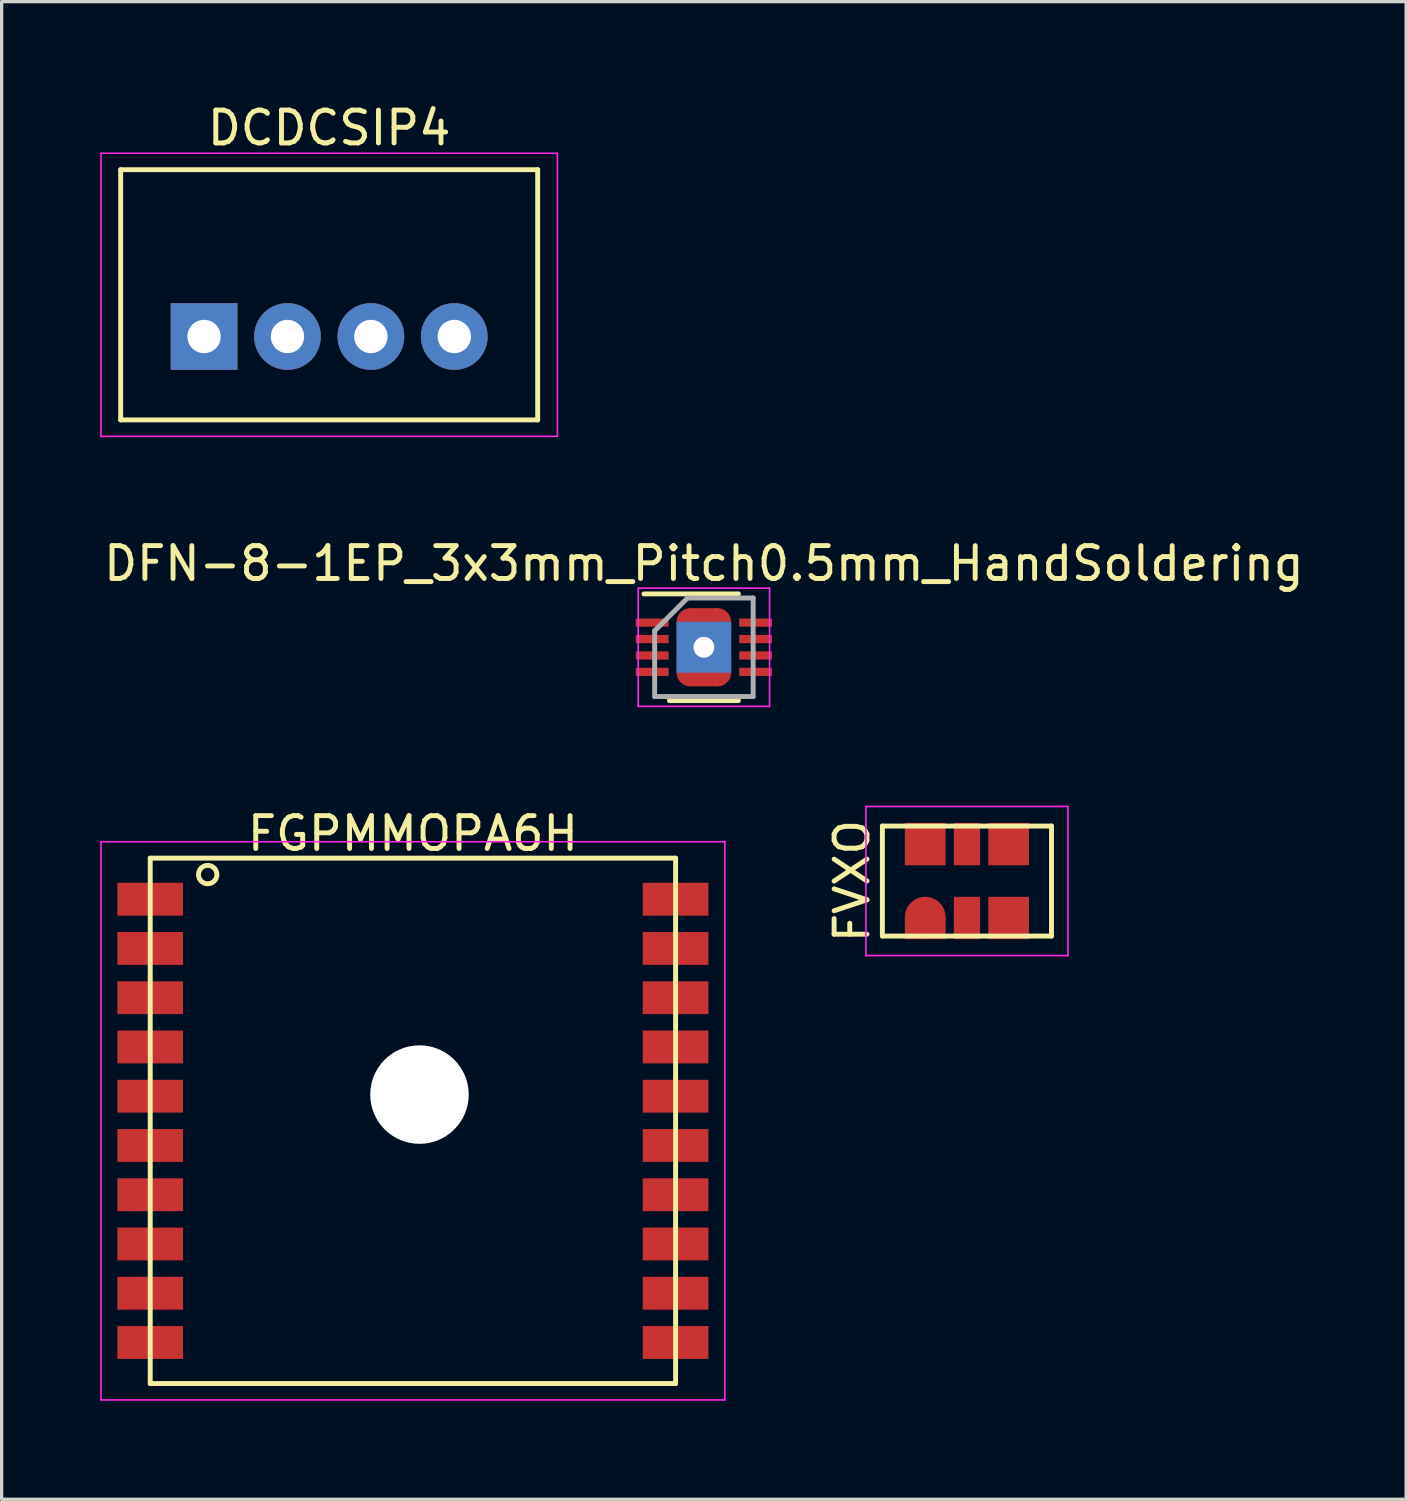
<source format=kicad_pcb>
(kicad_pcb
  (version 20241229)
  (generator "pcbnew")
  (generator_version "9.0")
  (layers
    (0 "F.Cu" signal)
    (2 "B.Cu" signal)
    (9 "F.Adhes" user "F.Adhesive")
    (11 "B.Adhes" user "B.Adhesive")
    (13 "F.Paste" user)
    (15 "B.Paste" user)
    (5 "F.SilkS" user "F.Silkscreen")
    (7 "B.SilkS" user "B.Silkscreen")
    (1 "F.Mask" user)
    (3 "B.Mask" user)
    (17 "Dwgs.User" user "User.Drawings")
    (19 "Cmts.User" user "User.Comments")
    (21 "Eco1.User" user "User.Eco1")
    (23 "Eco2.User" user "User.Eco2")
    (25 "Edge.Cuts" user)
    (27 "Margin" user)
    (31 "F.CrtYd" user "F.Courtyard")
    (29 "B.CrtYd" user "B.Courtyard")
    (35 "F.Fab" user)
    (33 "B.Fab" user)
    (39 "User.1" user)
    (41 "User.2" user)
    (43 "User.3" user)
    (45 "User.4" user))
  (footprint "FVXO"
    (layer "F.Cu")
    (at 26.398 23.782)
    (property "Reference" "FVXO" (at -3.5 0 90) (layer "F.SilkS") (effects (font (size 1 1) (thickness 0.15))))
    (attr through_hole)
    (fp_line (start -2.575 -1.675) (end -2.575 1.675) (stroke (width 0.15) (type solid)) (layer "F.SilkS"))
    (fp_line (start -2.575 1.675) (end 2.575 1.675) (stroke (width 0.15) (type solid)) (layer "F.SilkS"))
    (fp_line (start 2.575 -1.675) (end -2.575 -1.675) (stroke (width 0.15) (type solid)) (layer "F.SilkS"))
    (fp_line (start 2.575 1.675) (end 2.575 -1.675) (stroke (width 0.15) (type solid)) (layer "F.SilkS"))
    (fp_line (start -3.075 -2.27) (end -3.075 2.27) (stroke (width 0.05) (type solid)) (layer "F.CrtYd"))
    (fp_line (start -3.075 2.27) (end 3.075 2.27) (stroke (width 0.05) (type solid)) (layer "F.CrtYd"))
    (fp_line (start 3.075 -2.27) (end -3.075 -2.27) (stroke (width 0.05) (type solid)) (layer "F.CrtYd"))
    (fp_line (start 3.075 2.27) (end 3.075 -2.27) (stroke (width 0.05) (type solid)) (layer "F.CrtYd"))
    (pad "1" smd oval (at -1.27 1.125) (size 1.24 1.29) (layers "F.Cu" "F.Mask" "F.Paste"))
    (pad "1" smd rect (at -1.27 1.448) (size 1.24 0.645) (layers "F.Cu" "F.Mask" "F.Paste"))
    (pad "2" smd rect (at 0 1.125) (size 0.8 1.29) (layers "F.Cu" "F.Mask" "F.Paste"))
    (pad "3" smd rect (at 1.27 1.125) (size 1.24 1.29) (layers "F.Cu" "F.Mask" "F.Paste"))
    (pad "4" smd rect (at 1.27 -1.125) (size 1.24 1.29) (layers "F.Cu" "F.Mask" "F.Paste"))
    (pad "5" smd rect (at 0 -1.125) (size 0.8 1.29) (layers "F.Cu" "F.Mask" "F.Paste"))
    (pad "6" smd rect (at -1.27 -1.125) (size 1.24 1.29) (layers "F.Cu" "F.Mask" "F.Paste")))
  (footprint "FGPMMOPA6H"
    (layer "F.Cu")
    (at 9.525 31.085)
    (property "Reference" "FGPMMOPA6H" (at 0 -8.75 0) (layer "F.SilkS") (effects (font (size 1 1) (thickness 0.15))))
    (attr through_hole)
    (fp_line (start -8 -8) (end -8 8) (stroke (width 0.15) (type solid)) (layer "F.SilkS"))
    (fp_line (start -8 8) (end 8 8) (stroke (width 0.15) (type solid)) (layer "F.SilkS"))
    (fp_line (start 8 -8) (end -8 -8) (stroke (width 0.15) (type solid)) (layer "F.SilkS"))
    (fp_line (start 8 8) (end 8 -8) (stroke (width 0.15) (type solid)) (layer "F.SilkS"))
    (fp_circle (center -6.25 -7.5) (end -5.97 -7.5) (stroke (width 0.15) (type solid)) (fill no) (layer "F.SilkS"))
    (fp_line (start -9.5 -8.5) (end -9.5 8.5) (stroke (width 0.05) (type solid)) (layer "F.CrtYd"))
    (fp_line (start -9.5 8.5) (end 9.5 8.5) (stroke (width 0.05) (type solid)) (layer "F.CrtYd"))
    (fp_line (start 9.5 -8.5) (end -9.5 -8.5) (stroke (width 0.05) (type solid)) (layer "F.CrtYd"))
    (fp_line (start 9.5 8.5) (end 9.5 -8.5) (stroke (width 0.05) (type solid)) (layer "F.CrtYd"))
    (pad "" np_thru_hole circle (at 0.2 -0.8) (size 3 3) (drill 3) (layers "*.Cu" "*.Mask"))
    (pad "1" smd rect (at -8 -6.75) (size 2 1) (layers "F.Cu" "F.Mask" "F.Paste"))
    (pad "2" smd rect (at -8 -5.25) (size 2 1) (layers "F.Cu" "F.Mask" "F.Paste"))
    (pad "3" smd rect (at -8 -3.75) (size 2 1) (layers "F.Cu" "F.Mask" "F.Paste"))
    (pad "4" smd rect (at -8 -2.25) (size 2 1) (layers "F.Cu" "F.Mask" "F.Paste"))
    (pad "5" smd rect (at -8 -0.75) (size 2 1) (layers "F.Cu" "F.Mask" "F.Paste"))
    (pad "6" smd rect (at -8 0.75) (size 2 1) (layers "F.Cu" "F.Mask" "F.Paste"))
    (pad "7" smd rect (at -8 2.25) (size 2 1) (layers "F.Cu" "F.Mask" "F.Paste"))
    (pad "8" smd rect (at -8 3.75) (size 2 1) (layers "F.Cu" "F.Mask" "F.Paste"))
    (pad "9" smd rect (at -8 5.25) (size 2 1) (layers "F.Cu" "F.Mask" "F.Paste"))
    (pad "10" smd rect (at -8 6.75) (size 2 1) (layers "F.Cu" "F.Mask" "F.Paste"))
    (pad "11" smd rect (at 8 6.75) (size 2 1) (layers "F.Cu" "F.Mask" "F.Paste"))
    (pad "12" smd rect (at 8 5.25) (size 2 1) (layers "F.Cu" "F.Mask" "F.Paste"))
    (pad "13" smd rect (at 8 3.75) (size 2 1) (layers "F.Cu" "F.Mask" "F.Paste"))
    (pad "14" smd rect (at 8 2.25) (size 2 1) (layers "F.Cu" "F.Mask" "F.Paste"))
    (pad "15" smd rect (at 8 0.75) (size 2 1) (layers "F.Cu" "F.Mask" "F.Paste"))
    (pad "16" smd rect (at 8 -0.75) (size 2 1) (layers "F.Cu" "F.Mask" "F.Paste"))
    (pad "17" smd rect (at 8 -2.25) (size 2 1) (layers "F.Cu" "F.Mask" "F.Paste"))
    (pad "18" smd rect (at 8 -3.75) (size 2 1) (layers "F.Cu" "F.Mask" "F.Paste"))
    (pad "19" smd rect (at 8 -5.25) (size 2 1) (layers "F.Cu" "F.Mask" "F.Paste"))
    (pad "20" smd rect (at 8 -6.75) (size 2 1) (layers "F.Cu" "F.Mask" "F.Paste")))
  (footprint "DFN-8-1EP_3x3mm_Pitch0.5mm_HandSoldering"
    (layer "F.Cu")
    (at 18.387 16.662)
    (property "Reference" "DFN-8-1EP_3x3mm_Pitch0.5mm_HandSoldering" (at 0 -2.55 0) (layer "F.SilkS") (effects (font (size 1 1) (thickness 0.15))))
    (attr smd)
    (fp_line (start -1.825 -1.625) (end 1.05 -1.625) (stroke (width 0.15) (type solid)) (layer "F.SilkS"))
    (fp_line (start -1.05 1.625) (end 1.05 1.625) (stroke (width 0.15) (type solid)) (layer "F.SilkS"))
    (fp_line (start -2 -1.8) (end -2 1.8) (stroke (width 0.05) (type solid)) (layer "F.CrtYd"))
    (fp_line (start -2 -1.8) (end 2 -1.8) (stroke (width 0.05) (type solid)) (layer "F.CrtYd"))
    (fp_line (start -2 1.8) (end 2 1.8) (stroke (width 0.05) (type solid)) (layer "F.CrtYd"))
    (fp_line (start 2 -1.8) (end 2 1.8) (stroke (width 0.05) (type solid)) (layer "F.CrtYd"))
    (fp_line (start -1.5 -0.5) (end -0.5 -1.5) (stroke (width 0.15) (type solid)) (layer "F.Fab"))
    (fp_line (start -1.5 1.5) (end -1.5 -0.5) (stroke (width 0.15) (type solid)) (layer "F.Fab"))
    (fp_line (start -0.5 -1.5) (end 1.5 -1.5) (stroke (width 0.15) (type solid)) (layer "F.Fab"))
    (fp_line (start 1.5 -1.5) (end 1.5 1.5) (stroke (width 0.15) (type solid)) (layer "F.Fab"))
    (fp_line (start 1.5 1.5) (end -1.5 1.5) (stroke (width 0.15) (type solid)) (layer "F.Fab"))
    (pad "1" smd rect (at -1.575 -0.75) (size 1 0.25) (layers "F.Cu" "F.Mask" "F.Paste"))
    (pad "2" smd rect (at -1.575 -0.25) (size 1 0.25) (layers "F.Cu" "F.Mask" "F.Paste"))
    (pad "3" smd rect (at -1.575 0.25) (size 1 0.25) (layers "F.Cu" "F.Mask" "F.Paste"))
    (pad "4" smd rect (at -1.575 0.75) (size 1 0.25) (layers "F.Cu" "F.Mask" "F.Paste"))
    (pad "5" smd rect (at 1.575 0.75) (size 1 0.25) (layers "F.Cu" "F.Mask" "F.Paste"))
    (pad "6" smd rect (at 1.575 0.25) (size 1 0.25) (layers "F.Cu" "F.Mask" "F.Paste"))
    (pad "7" smd rect (at 1.575 -0.25) (size 1 0.25) (layers "F.Cu" "F.Mask" "F.Paste"))
    (pad "8" smd rect (at 1.575 -0.75) (size 1 0.25) (layers "F.Cu" "F.Mask" "F.Paste"))
    (pad "9" smd oval (at -0.415 -0.595) (size 0.83 1.19) (layers "F.Cu" "F.Mask" "F.Paste"))
    (pad "9" smd oval (at -0.415 0.595) (size 0.83 1.19) (layers "F.Cu" "F.Mask" "F.Paste"))
    (pad "9" smd rect (at 0 0) (size 0.83 2.38) (layers "F.Cu" "F.Mask"))
    (pad "9" thru_hole rect (at 0 0) (size 1.66 1.55) (drill 0.635) (layers "*.Cu" "*.Mask"))
    (pad "9" smd oval (at 0.415 -0.595) (size 0.83 1.19) (layers "F.Cu" "F.Mask" "F.Paste"))
    (pad "9" smd oval (at 0.415 0.595) (size 0.83 1.19) (layers "F.Cu" "F.Mask" "F.Paste")))
  (footprint "DCDCSIP4"
    (layer "F.Cu")
    (at 6.975 7.198)
    (property "Reference" "DCDCSIP4" (at 0 -6.35 0) (layer "F.SilkS") (effects (font (size 1 1) (thickness 0.15))))
    (attr through_hole)
    (fp_line (start -6.35 -5.08) (end -6.35 2.54) (stroke (width 0.15) (type solid)) (layer "F.SilkS"))
    (fp_line (start 6.35 -5.08) (end -6.35 -5.08) (stroke (width 0.15) (type solid)) (layer "F.SilkS"))
    (fp_line (start 6.35 2.54) (end -6.35 2.54) (stroke (width 0.15) (type solid)) (layer "F.SilkS"))
    (fp_line (start 6.35 2.54) (end 6.35 -5.08) (stroke (width 0.15) (type solid)) (layer "F.SilkS"))
    (fp_line (start -6.95 3.04) (end -6.95 -5.58) (stroke (width 0.05) (type solid)) (layer "F.CrtYd"))
    (fp_line (start 6.95 -5.58) (end -6.95 -5.58) (stroke (width 0.05) (type solid)) (layer "F.CrtYd"))
    (fp_line (start 6.95 3.04) (end -6.95 3.04) (stroke (width 0.05) (type solid)) (layer "F.CrtYd"))
    (fp_line (start 6.95 3.04) (end 6.95 -5.58) (stroke (width 0.05) (type solid)) (layer "F.CrtYd"))
    (pad "1" thru_hole rect (at -3.81 0) (size 2.032 2.032) (drill 1.016) (layers "*.Cu" "*.Mask"))
    (pad "2" thru_hole circle (at -1.27 0) (size 2.032 2.032) (drill 1.016) (layers "*.Cu" "*.Mask"))
    (pad "3" thru_hole circle (at 1.27 0) (size 2.032 2.032) (drill 1.016) (layers "*.Cu" "*.Mask"))
    (pad "4" thru_hole circle (at 3.81 0) (size 2.032 2.032) (drill 1.016) (layers "*.Cu" "*.Mask")))
  (gr_rect
    (start -3 -3)
    (end 39.774 42.61)
    (stroke (width 0.1) (type default))
    (fill no)
    (layer "Edge.Cuts")))
</source>
